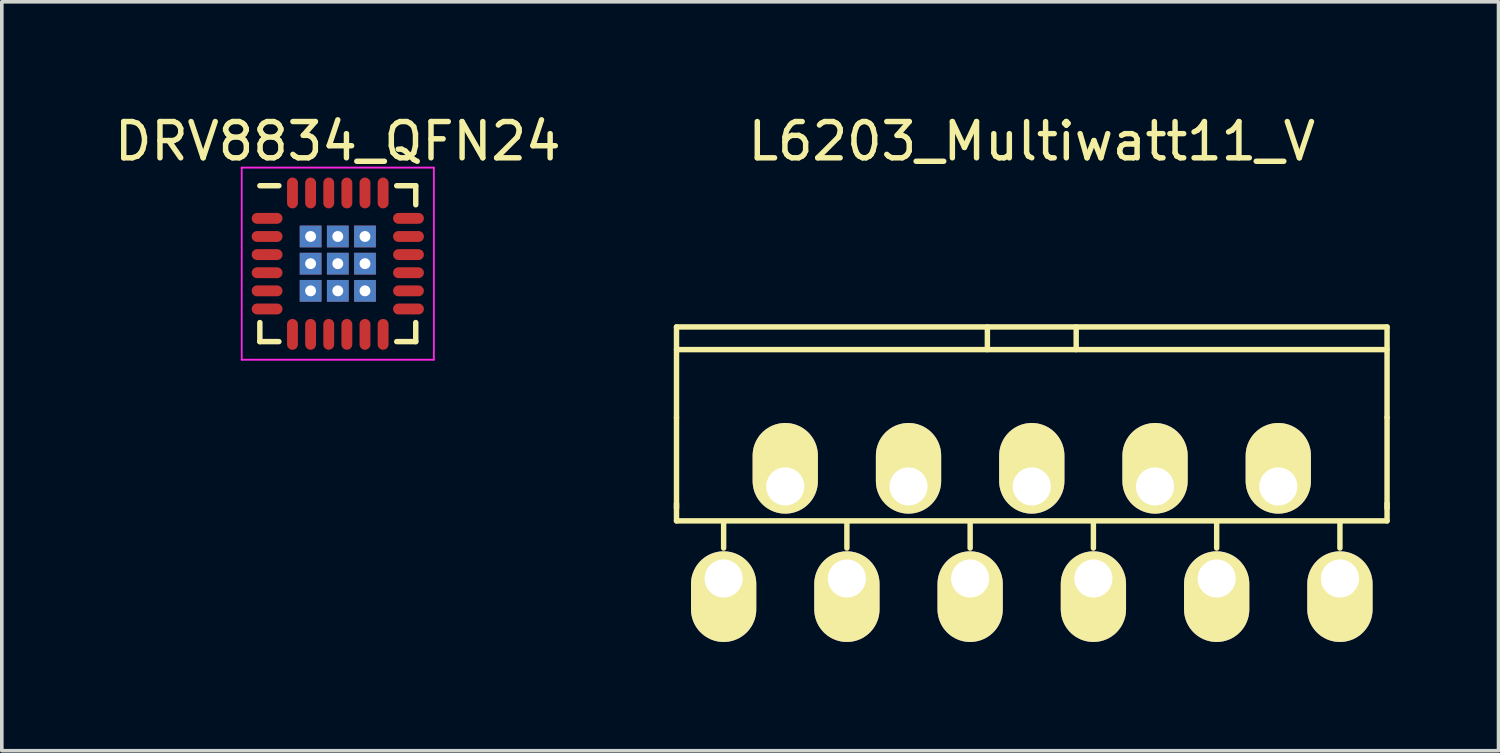
<source format=kicad_pcb>
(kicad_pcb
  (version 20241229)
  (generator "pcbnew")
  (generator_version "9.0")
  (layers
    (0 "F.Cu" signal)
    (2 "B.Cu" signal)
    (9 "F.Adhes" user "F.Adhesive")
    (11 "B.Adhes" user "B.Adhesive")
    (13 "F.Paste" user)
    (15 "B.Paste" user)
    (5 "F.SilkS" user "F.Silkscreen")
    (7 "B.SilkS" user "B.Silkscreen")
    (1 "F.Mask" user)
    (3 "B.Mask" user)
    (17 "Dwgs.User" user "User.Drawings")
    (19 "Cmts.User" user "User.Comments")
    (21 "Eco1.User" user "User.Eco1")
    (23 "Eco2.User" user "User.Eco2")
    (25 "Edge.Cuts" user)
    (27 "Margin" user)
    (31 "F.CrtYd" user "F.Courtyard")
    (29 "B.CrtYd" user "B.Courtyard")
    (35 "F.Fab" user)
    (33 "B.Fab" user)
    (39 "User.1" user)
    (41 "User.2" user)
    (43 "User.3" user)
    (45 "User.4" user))
  (footprint "DRV8834_QFN24"
    (layer "F.Cu")
    (at 6.268 4.223)
    (property "Reference" "DRV8834_QFN24" (at 0 -3.375 0) (layer "F.SilkS") (effects (font (size 1 1) (thickness 0.15))))
    (attr smd)
    (fp_line (start -2.15 -2.15) (end -1.625 -2.15) (stroke (width 0.15) (type solid)) (layer "F.SilkS"))
    (fp_line (start -2.15 2.15) (end -2.15 1.625) (stroke (width 0.15) (type solid)) (layer "F.SilkS"))
    (fp_line (start -2.15 2.15) (end -1.625 2.15) (stroke (width 0.15) (type solid)) (layer "F.SilkS"))
    (fp_line (start 2.15 -2.15) (end 1.625 -2.15) (stroke (width 0.15) (type solid)) (layer "F.SilkS"))
    (fp_line (start 2.15 -2.15) (end 2.15 -1.625) (stroke (width 0.15) (type solid)) (layer "F.SilkS"))
    (fp_line (start 2.15 2.15) (end 1.625 2.15) (stroke (width 0.15) (type solid)) (layer "F.SilkS"))
    (fp_line (start 2.15 2.15) (end 2.15 1.625) (stroke (width 0.15) (type solid)) (layer "F.SilkS"))
    (fp_line (start -2.65 -2.65) (end -2.65 2.65) (stroke (width 0.05) (type solid)) (layer "F.CrtYd"))
    (fp_line (start -2.65 -2.65) (end 2.65 -2.65) (stroke (width 0.05) (type solid)) (layer "F.CrtYd"))
    (fp_line (start -2.65 2.65) (end 2.65 2.65) (stroke (width 0.05) (type solid)) (layer "F.CrtYd"))
    (fp_line (start 2.65 -2.65) (end 2.65 2.65) (stroke (width 0.05) (type solid)) (layer "F.CrtYd"))
    (pad "0" thru_hole rect (at -0.75 -0.75) (size 0.6 0.6) (drill 0.3) (layers "*.Cu" "*.Mask"))
    (pad "0" thru_hole rect (at -0.75 0) (size 0.6 0.6) (drill 0.3) (layers "*.Cu" "*.Mask"))
    (pad "0" thru_hole rect (at -0.75 0.75) (size 0.6 0.6) (drill 0.3) (layers "*.Cu" "*.Mask"))
    (pad "0" thru_hole rect (at 0 -0.75) (size 0.6 0.6) (drill 0.3) (layers "*.Cu" "*.Mask"))
    (pad "0" thru_hole rect (at 0 0) (size 0.6 0.6) (drill 0.3) (layers "*.Cu" "*.Mask"))
    (pad "0" thru_hole rect (at 0 0.75) (size 0.6 0.6) (drill 0.3) (layers "*.Cu" "*.Mask"))
    (pad "0" thru_hole rect (at 0.75 -0.75) (size 0.6 0.6) (drill 0.3) (layers "*.Cu" "*.Mask"))
    (pad "0" thru_hole rect (at 0.75 0) (size 0.6 0.6) (drill 0.3) (layers "*.Cu" "*.Mask"))
    (pad "0" thru_hole rect (at 0.75 0.75) (size 0.6 0.6) (drill 0.3) (layers "*.Cu" "*.Mask"))
    (pad "1" smd oval (at -1.95 -1.25) (size 0.85 0.3) (layers "F.Cu" "F.Mask" "F.Paste"))
    (pad "2" smd oval (at -1.95 -0.75) (size 0.85 0.3) (layers "F.Cu" "F.Mask" "F.Paste"))
    (pad "3" smd oval (at -1.95 -0.25) (size 0.85 0.3) (layers "F.Cu" "F.Mask" "F.Paste"))
    (pad "4" smd oval (at -1.95 0.25) (size 0.85 0.3) (layers "F.Cu" "F.Mask" "F.Paste"))
    (pad "5" smd oval (at -1.95 0.75) (size 0.85 0.3) (layers "F.Cu" "F.Mask" "F.Paste"))
    (pad "6" smd oval (at -1.95 1.25) (size 0.85 0.3) (layers "F.Cu" "F.Mask" "F.Paste"))
    (pad "7" smd oval (at -1.25 1.95 90) (size 0.85 0.3) (layers "F.Cu" "F.Mask" "F.Paste"))
    (pad "8" smd oval (at -0.75 1.95 90) (size 0.85 0.3) (layers "F.Cu" "F.Mask" "F.Paste"))
    (pad "9" smd oval (at -0.25 1.95 90) (size 0.85 0.3) (layers "F.Cu" "F.Mask" "F.Paste"))
    (pad "10" smd oval (at 0.25 1.95 90) (size 0.85 0.3) (layers "F.Cu" "F.Mask" "F.Paste"))
    (pad "11" smd oval (at 0.75 1.95 90) (size 0.85 0.3) (layers "F.Cu" "F.Mask" "F.Paste"))
    (pad "12" smd oval (at 1.25 1.95 90) (size 0.85 0.3) (layers "F.Cu" "F.Mask" "F.Paste"))
    (pad "13" smd oval (at 1.95 1.25) (size 0.85 0.3) (layers "F.Cu" "F.Mask" "F.Paste"))
    (pad "14" smd oval (at 1.95 0.75) (size 0.85 0.3) (layers "F.Cu" "F.Mask" "F.Paste"))
    (pad "15" smd oval (at 1.95 0.25) (size 0.85 0.3) (layers "F.Cu" "F.Mask" "F.Paste"))
    (pad "16" smd oval (at 1.95 -0.25) (size 0.85 0.3) (layers "F.Cu" "F.Mask" "F.Paste"))
    (pad "17" smd oval (at 1.95 -0.75) (size 0.85 0.3) (layers "F.Cu" "F.Mask" "F.Paste"))
    (pad "18" smd oval (at 1.95 -1.25) (size 0.85 0.3) (layers "F.Cu" "F.Mask" "F.Paste"))
    (pad "19" smd oval (at 1.25 -1.95 90) (size 0.85 0.3) (layers "F.Cu" "F.Mask" "F.Paste"))
    (pad "20" smd oval (at 0.75 -1.95 90) (size 0.85 0.3) (layers "F.Cu" "F.Mask" "F.Paste"))
    (pad "21" smd oval (at 0.25 -1.95 90) (size 0.85 0.3) (layers "F.Cu" "F.Mask" "F.Paste"))
    (pad "22" smd oval (at -0.25 -1.95 90) (size 0.85 0.3) (layers "F.Cu" "F.Mask" "F.Paste"))
    (pad "23" smd oval (at -0.75 -1.95 90) (size 0.85 0.3) (layers "F.Cu" "F.Mask" "F.Paste"))
    (pad "24" smd oval (at -1.25 -1.95 90) (size 0.85 0.3) (layers "F.Cu" "F.Mask" "F.Paste")))
  (footprint "L6203_Multiwatt11_V"
    (layer "F.Cu")
    (at 25.411 8.468)
    (property "Reference" "L6203_Multiwatt11_V" (at 0 -7.62 0) (layer "F.SilkS") (effects (font (size 1 1) (thickness 0.15))))
    (attr through_hole)
    (fp_line (start -9.8 -2.5) (end -9.8 0) (stroke (width 0.15) (type solid)) (layer "F.SilkS"))
    (fp_line (start -9.8 -1.875) (end 9.8 -1.875) (stroke (width 0.15) (type solid)) (layer "F.SilkS"))
    (fp_line (start -9.8 0) (end -9.8 2.5) (stroke (width 0.15) (type solid)) (layer "F.SilkS"))
    (fp_line (start -9.8 2.85) (end -9.8 2.375) (stroke (width 0.15) (type solid)) (layer "F.SilkS"))
    (fp_line (start -8.5 3.6) (end -8.5 2.9) (stroke (width 0.15) (type solid)) (layer "F.SilkS"))
    (fp_line (start -5.1 3.6) (end -5.1 2.9) (stroke (width 0.15) (type solid)) (layer "F.SilkS"))
    (fp_line (start -1.7 3.6) (end -1.7 2.9) (stroke (width 0.15) (type solid)) (layer "F.SilkS"))
    (fp_line (start -1.225 -2.5) (end -1.225 -1.875) (stroke (width 0.15) (type solid)) (layer "F.SilkS"))
    (fp_line (start 1.225 -2.5) (end 1.225 -1.875) (stroke (width 0.15) (type solid)) (layer "F.SilkS"))
    (fp_line (start 1.7 3.6) (end 1.7 2.9) (stroke (width 0.15) (type solid)) (layer "F.SilkS"))
    (fp_line (start 5.1 3.6) (end 5.1 2.9) (stroke (width 0.15) (type solid)) (layer "F.SilkS"))
    (fp_line (start 8.5 3.6) (end 8.5 2.9) (stroke (width 0.15) (type solid)) (layer "F.SilkS"))
    (fp_line (start 9.8 -2.5) (end -9.8 -2.5) (stroke (width 0.15) (type solid)) (layer "F.SilkS"))
    (fp_line (start 9.8 0) (end 9.8 -2.5) (stroke (width 0.15) (type solid)) (layer "F.SilkS"))
    (fp_line (start 9.8 0) (end 9.8 2.5) (stroke (width 0.15) (type solid)) (layer "F.SilkS"))
    (fp_line (start 9.8 2.85) (end -9.8 2.85) (stroke (width 0.15) (type solid)) (layer "F.SilkS"))
    (fp_line (start 9.8 2.85) (end 9.8 2.375) (stroke (width 0.15) (type solid)) (layer "F.SilkS"))
    (pad "1" thru_hole oval (at -8.5 4.44) (size 1.8 2.5) (drill 1.05 (offset 0 0.5)) (layers "*.Cu" "*.Mask" "F.SilkS"))
    (pad "2" thru_hole oval (at -6.8 1.9) (size 1.8 2.5) (drill 1.05 (offset 0 -0.5)) (layers "*.Cu" "*.Mask" "F.SilkS"))
    (pad "3" thru_hole oval (at -5.1 4.44) (size 1.8 2.5) (drill 1.05 (offset 0 0.5)) (layers "*.Cu" "*.Mask" "F.SilkS"))
    (pad "4" thru_hole oval (at -3.4 1.9) (size 1.8 2.5) (drill 1.05 (offset 0 -0.5)) (layers "*.Cu" "*.Mask" "F.SilkS"))
    (pad "5" thru_hole oval (at -1.7 4.44) (size 1.8 2.5) (drill 1.05 (offset 0 0.5)) (layers "*.Cu" "*.Mask" "F.SilkS"))
    (pad "6" thru_hole oval (at 0 1.9) (size 1.8 2.5) (drill 1.05 (offset 0 -0.5)) (layers "*.Cu" "*.Mask" "F.SilkS"))
    (pad "7" thru_hole oval (at 1.7 4.44) (size 1.8 2.5) (drill 1.05 (offset 0 0.5)) (layers "*.Cu" "*.Mask" "F.SilkS"))
    (pad "8" thru_hole oval (at 3.4 1.9) (size 1.8 2.5) (drill 1.05 (offset 0 -0.5)) (layers "*.Cu" "*.Mask" "F.SilkS"))
    (pad "9" thru_hole oval (at 5.1 4.44) (size 1.8 2.5) (drill 1.05 (offset 0 0.5)) (layers "*.Cu" "*.Mask" "F.SilkS"))
    (pad "10" thru_hole oval (at 6.8 1.9) (size 1.8 2.5) (drill 1.05 (offset 0 -0.5)) (layers "*.Cu" "*.Mask" "F.SilkS"))
    (pad "11" thru_hole oval (at 8.5 4.44) (size 1.8 2.5) (drill 1.05 (offset 0 0.5)) (layers "*.Cu" "*.Mask" "F.SilkS")))
  (gr_rect
    (start -3 -3)
    (end 38.286 17.658)
    (stroke (width 0.1) (type default))
    (fill no)
    (layer "Edge.Cuts")))
</source>
